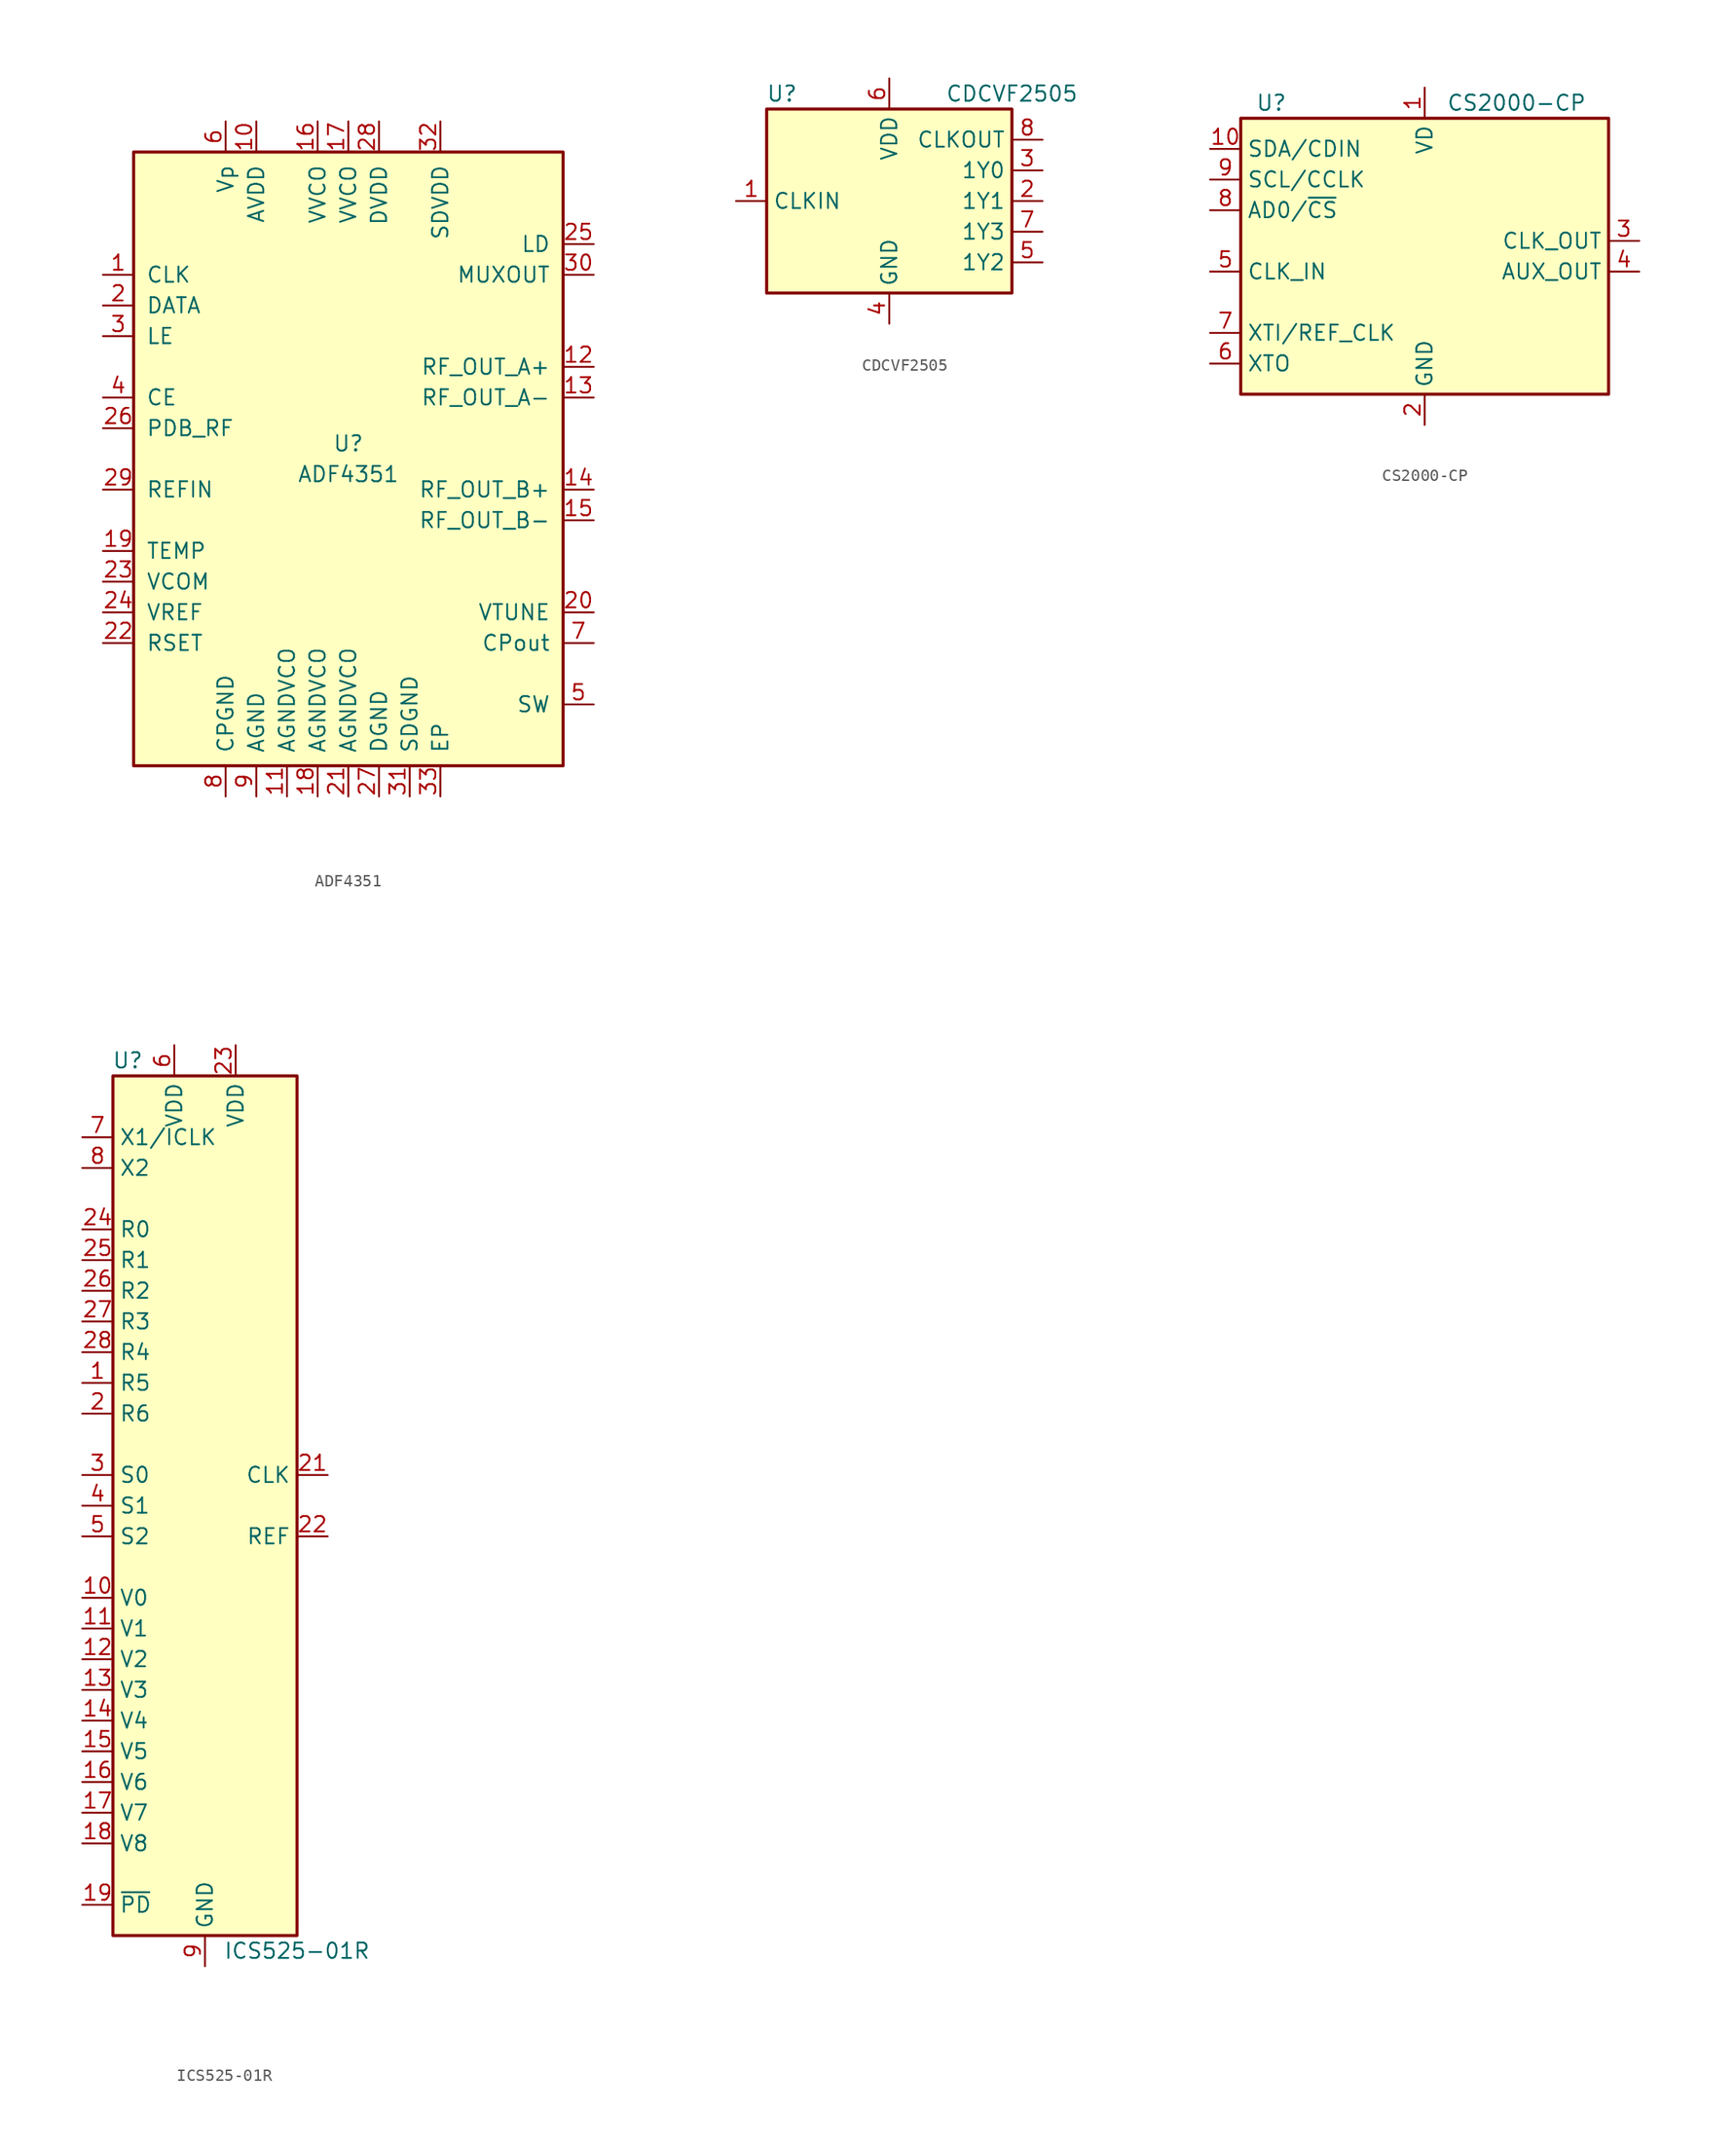
<source format=kicad_sym>
(kicad_symbol_lib
  (version 20201005)
  (generator kicad_symbol_editor)
  (symbol "Timer_PLL:ADF4351"
    (pin_names
      (offset 1.016))
    (property "Reference" "U"
      (at 0 1.27 0)
      (effects (font (size 1.27 1.27))))
    (property "Value" "ADF4351"
      (at 0 -1.27 0)
      (effects (font (size 1.27 1.27))))
    (symbol "ADF4351_0_1"
      (rectangle (start 17.78 25.4) (end -17.78 -25.4) (stroke (width 0.254)) (fill (type background))))
    (symbol "ADF4351_1_1"
      (pin input line (at -20.32 15.24 0) (length 2.54) (name "CLK" (effects (font (size 1.27 1.27)))) (number "1" (effects (font (size 1.27 1.27)))))
      (pin power_in line (at -7.62 27.94 270) (length 2.54) (name "AVDD" (effects (font (size 1.27 1.27)))) (number "10" (effects (font (size 1.27 1.27)))))
      (pin power_in line (at -5.08 -27.94 90) (length 2.54) (name "AGNDVCO" (effects (font (size 1.27 1.27)))) (number "11" (effects (font (size 1.27 1.27)))))
      (pin output line (at 20.32 7.62 180) (length 2.54) (name "RF_OUT_A+" (effects (font (size 1.27 1.27)))) (number "12" (effects (font (size 1.27 1.27)))))
      (pin output line (at 20.32 5.08 180) (length 2.54) (name "RF_OUT_A-" (effects (font (size 1.27 1.27)))) (number "13" (effects (font (size 1.27 1.27)))))
      (pin output line (at 20.32 -2.54 180) (length 2.54) (name "RF_OUT_B+" (effects (font (size 1.27 1.27)))) (number "14" (effects (font (size 1.27 1.27)))))
      (pin output line (at 20.32 -5.08 180) (length 2.54) (name "RF_OUT_B-" (effects (font (size 1.27 1.27)))) (number "15" (effects (font (size 1.27 1.27)))))
      (pin power_in line (at -2.54 27.94 270) (length 2.54) (name "VVCO" (effects (font (size 1.27 1.27)))) (number "16" (effects (font (size 1.27 1.27)))))
      (pin power_in line (at 0 27.94 270) (length 2.54) (name "VVCO" (effects (font (size 1.27 1.27)))) (number "17" (effects (font (size 1.27 1.27)))))
      (pin power_in line (at -2.54 -27.94 90) (length 2.54) (name "AGNDVCO" (effects (font (size 1.27 1.27)))) (number "18" (effects (font (size 1.27 1.27)))))
      (pin input line (at -20.32 -7.62 0) (length 2.54) (name "TEMP" (effects (font (size 1.27 1.27)))) (number "19" (effects (font (size 1.27 1.27)))))
      (pin input line (at -20.32 12.7 0) (length 2.54) (name "DATA" (effects (font (size 1.27 1.27)))) (number "2" (effects (font (size 1.27 1.27)))))
      (pin input line (at 20.32 -12.7 180) (length 2.54) (name "VTUNE" (effects (font (size 1.27 1.27)))) (number "20" (effects (font (size 1.27 1.27)))))
      (pin power_in line (at 0 -27.94 90) (length 2.54) (name "AGNDVCO" (effects (font (size 1.27 1.27)))) (number "21" (effects (font (size 1.27 1.27)))))
      (pin input line (at -20.32 -15.24 0) (length 2.54) (name "RSET" (effects (font (size 1.27 1.27)))) (number "22" (effects (font (size 1.27 1.27)))))
      (pin input line (at -20.32 -10.16 0) (length 2.54) (name "VCOM" (effects (font (size 1.27 1.27)))) (number "23" (effects (font (size 1.27 1.27)))))
      (pin input line (at -20.32 -12.7 0) (length 2.54) (name "VREF" (effects (font (size 1.27 1.27)))) (number "24" (effects (font (size 1.27 1.27)))))
      (pin input line (at 20.32 17.78 180) (length 2.54) (name "LD" (effects (font (size 1.27 1.27)))) (number "25" (effects (font (size 1.27 1.27)))))
      (pin input line (at -20.32 2.54 0) (length 2.54) (name "PDB_RF" (effects (font (size 1.27 1.27)))) (number "26" (effects (font (size 1.27 1.27)))))
      (pin power_in line (at 2.54 -27.94 90) (length 2.54) (name "DGND" (effects (font (size 1.27 1.27)))) (number "27" (effects (font (size 1.27 1.27)))))
      (pin power_in line (at 2.54 27.94 270) (length 2.54) (name "DVDD" (effects (font (size 1.27 1.27)))) (number "28" (effects (font (size 1.27 1.27)))))
      (pin input line (at -20.32 -2.54 0) (length 2.54) (name "REFIN" (effects (font (size 1.27 1.27)))) (number "29" (effects (font (size 1.27 1.27)))))
      (pin input line (at -20.32 10.16 0) (length 2.54) (name "LE" (effects (font (size 1.27 1.27)))) (number "3" (effects (font (size 1.27 1.27)))))
      (pin output line (at 20.32 15.24 180) (length 2.54) (name "MUXOUT" (effects (font (size 1.27 1.27)))) (number "30" (effects (font (size 1.27 1.27)))))
      (pin power_in line (at 5.08 -27.94 90) (length 2.54) (name "SDGND" (effects (font (size 1.27 1.27)))) (number "31" (effects (font (size 1.27 1.27)))))
      (pin power_in line (at 7.62 27.94 270) (length 2.54) (name "SDVDD" (effects (font (size 1.27 1.27)))) (number "32" (effects (font (size 1.27 1.27)))))
      (pin power_in line (at 7.62 -27.94 90) (length 2.54) (name "EP" (effects (font (size 1.27 1.27)))) (number "33" (effects (font (size 1.27 1.27)))))
      (pin input line (at -20.32 5.08 0) (length 2.54) (name "CE" (effects (font (size 1.27 1.27)))) (number "4" (effects (font (size 1.27 1.27)))))
      (pin input line (at 20.32 -20.32 180) (length 2.54) (name "SW" (effects (font (size 1.27 1.27)))) (number "5" (effects (font (size 1.27 1.27)))))
      (pin power_in line (at -10.16 27.94 270) (length 2.54) (name "Vp" (effects (font (size 1.27 1.27)))) (number "6" (effects (font (size 1.27 1.27)))))
      (pin input line (at 20.32 -15.24 180) (length 2.54) (name "CPout" (effects (font (size 1.27 1.27)))) (number "7" (effects (font (size 1.27 1.27)))))
      (pin power_in line (at -10.16 -27.94 90) (length 2.54) (name "CPGND" (effects (font (size 1.27 1.27)))) (number "8" (effects (font (size 1.27 1.27)))))
      (pin power_in line (at -7.62 -27.94 90) (length 2.54) (name "AGND" (effects (font (size 1.27 1.27)))) (number "9" (effects (font (size 1.27 1.27)))))))
  (symbol "Timer_PLL:CDCVF2505"
    (property "Reference" "U"
      (at -8.89 8.89 0)
      (effects (font (size 1.27 1.27))))
    (property "Value" "CDCVF2505"
      (at 10.16 8.89 0)
      (effects (font (size 1.27 1.27))))
    (symbol "CDCVF2505_0_1"
      (rectangle (start -10.16 7.62) (end 10.16 -7.62) (stroke (width 0.254)) (fill (type background))))
    (symbol "CDCVF2505_1_1"
      (pin input line (at -12.7 0 0) (length 2.54) (name "CLKIN" (effects (font (size 1.27 1.27)))) (number "1" (effects (font (size 1.27 1.27)))))
      (pin tri_state line (at 12.7 0 180) (length 2.54) (name "1Y1" (effects (font (size 1.27 1.27)))) (number "2" (effects (font (size 1.27 1.27)))))
      (pin tri_state line (at 12.7 2.54 180) (length 2.54) (name "1Y0" (effects (font (size 1.27 1.27)))) (number "3" (effects (font (size 1.27 1.27)))))
      (pin power_in line (at 0 -10.16 90) (length 2.54) (name "GND" (effects (font (size 1.27 1.27)))) (number "4" (effects (font (size 1.27 1.27)))))
      (pin tri_state line (at 12.7 -5.08 180) (length 2.54) (name "1Y2" (effects (font (size 1.27 1.27)))) (number "5" (effects (font (size 1.27 1.27)))))
      (pin power_in line (at 0 10.16 270) (length 2.54) (name "VDD" (effects (font (size 1.27 1.27)))) (number "6" (effects (font (size 1.27 1.27)))))
      (pin tri_state line (at 12.7 -2.54 180) (length 2.54) (name "1Y3" (effects (font (size 1.27 1.27)))) (number "7" (effects (font (size 1.27 1.27)))))
      (pin tri_state line (at 12.7 5.08 180) (length 2.54) (name "CLKOUT" (effects (font (size 1.27 1.27)))) (number "8" (effects (font (size 1.27 1.27)))))))
  (symbol "Timer_PLL:CS2000-CP"
    (property "Reference" "U"
      (at -12.7 13.97 0)
      (effects (font (size 1.27 1.27))))
    (property "Value" "CS2000-CP"
      (at 7.62 13.97 0)
      (effects (font (size 1.27 1.27))))
    (symbol "CS2000-CP_0_1"
      (rectangle (start -15.24 12.7) (end 15.24 -10.16) (stroke (width 0.254)) (fill (type background))))
    (symbol "CS2000-CP_1_1"
      (pin power_in line (at 0 15.24 270) (length 2.54) (name "VD" (effects (font (size 1.27 1.27)))) (number "1" (effects (font (size 1.27 1.27)))))
      (pin bidirectional line (at -17.78 10.16 0) (length 2.54) (name "SDA/CDIN" (effects (font (size 1.27 1.27)))) (number "10" (effects (font (size 1.27 1.27)))))
      (pin power_in line (at 0 -12.7 90) (length 2.54) (name "GND" (effects (font (size 1.27 1.27)))) (number "2" (effects (font (size 1.27 1.27)))))
      (pin output line (at 17.78 2.54 180) (length 2.54) (name "CLK_OUT" (effects (font (size 1.27 1.27)))) (number "3" (effects (font (size 1.27 1.27)))))
      (pin output line (at 17.78 0 180) (length 2.54) (name "AUX_OUT" (effects (font (size 1.27 1.27)))) (number "4" (effects (font (size 1.27 1.27)))))
      (pin input line (at -17.78 0 0) (length 2.54) (name "CLK_IN" (effects (font (size 1.27 1.27)))) (number "5" (effects (font (size 1.27 1.27)))))
      (pin output line (at -17.78 -7.62 0) (length 2.54) (name "XTO" (effects (font (size 1.27 1.27)))) (number "6" (effects (font (size 1.27 1.27)))))
      (pin input line (at -17.78 -5.08 0) (length 2.54) (name "XTI/REF_CLK" (effects (font (size 1.27 1.27)))) (number "7" (effects (font (size 1.27 1.27)))))
      (pin input line (at -17.78 5.08 0) (length 2.54) (name "AD0/~CS" (effects (font (size 1.27 1.27)))) (number "8" (effects (font (size 1.27 1.27)))))
      (pin input line (at -17.78 7.62 0) (length 2.54) (name "SCL/CCLK" (effects (font (size 1.27 1.27)))) (number "9" (effects (font (size 1.27 1.27)))))))
  (symbol "Timer_PLL:ICS525-01R"
    (property "Reference" "U"
      (at -5.08 36.83 0)
      (effects (font (size 1.27 1.27)) (justify right)))
    (property "Value" "ICS525-01R"
      (at 7.62 -36.83 0)
      (effects (font (size 1.27 1.27))))
    (symbol "ICS525-01R_0_1"
      (rectangle (start -7.62 35.56) (end 7.62 -35.56) (stroke (width 0.254)) (fill (type background))))
    (symbol "ICS525-01R_1_1"
      (pin input line (at -10.16 10.16 0) (length 2.54) (name "R5" (effects (font (size 1.27 1.27)))) (number "1" (effects (font (size 1.27 1.27)))))
      (pin input line (at -10.16 -7.62 0) (length 2.54) (name "V0" (effects (font (size 1.27 1.27)))) (number "10" (effects (font (size 1.27 1.27)))))
      (pin input line (at -10.16 -10.16 0) (length 2.54) (name "V1" (effects (font (size 1.27 1.27)))) (number "11" (effects (font (size 1.27 1.27)))))
      (pin input line (at -10.16 -12.7 0) (length 2.54) (name "V2" (effects (font (size 1.27 1.27)))) (number "12" (effects (font (size 1.27 1.27)))))
      (pin input line (at -10.16 -15.24 0) (length 2.54) (name "V3" (effects (font (size 1.27 1.27)))) (number "13" (effects (font (size 1.27 1.27)))))
      (pin input line (at -10.16 -17.78 0) (length 2.54) (name "V4" (effects (font (size 1.27 1.27)))) (number "14" (effects (font (size 1.27 1.27)))))
      (pin input line (at -10.16 -20.32 0) (length 2.54) (name "V5" (effects (font (size 1.27 1.27)))) (number "15" (effects (font (size 1.27 1.27)))))
      (pin input line (at -10.16 -22.86 0) (length 2.54) (name "V6" (effects (font (size 1.27 1.27)))) (number "16" (effects (font (size 1.27 1.27)))))
      (pin input line (at -10.16 -25.4 0) (length 2.54) (name "V7" (effects (font (size 1.27 1.27)))) (number "17" (effects (font (size 1.27 1.27)))))
      (pin input line (at -10.16 -27.94 0) (length 2.54) (name "V8" (effects (font (size 1.27 1.27)))) (number "18" (effects (font (size 1.27 1.27)))))
      (pin input line (at -10.16 -33.02 0) (length 2.54) (name "~PD" (effects (font (size 1.27 1.27)))) (number "19" (effects (font (size 1.27 1.27)))))
      (pin input line (at -10.16 7.62 0) (length 2.54) (name "R6" (effects (font (size 1.27 1.27)))) (number "2" (effects (font (size 1.27 1.27)))))
      (pin passive line (at 0 -38.1 90) (length 2.54) hide (name "GND" (effects (font (size 1.27 1.27)))) (number "20" (effects (font (size 1.27 1.27)))))
      (pin tri_state line (at 10.16 2.54 180) (length 2.54) (name "CLK" (effects (font (size 1.27 1.27)))) (number "21" (effects (font (size 1.27 1.27)))))
      (pin tri_state line (at 10.16 -2.54 180) (length 2.54) (name "REF" (effects (font (size 1.27 1.27)))) (number "22" (effects (font (size 1.27 1.27)))))
      (pin power_in line (at 2.54 38.1 270) (length 2.54) (name "VDD" (effects (font (size 1.27 1.27)))) (number "23" (effects (font (size 1.27 1.27)))))
      (pin input line (at -10.16 22.86 0) (length 2.54) (name "R0" (effects (font (size 1.27 1.27)))) (number "24" (effects (font (size 1.27 1.27)))))
      (pin input line (at -10.16 20.32 0) (length 2.54) (name "R1" (effects (font (size 1.27 1.27)))) (number "25" (effects (font (size 1.27 1.27)))))
      (pin input line (at -10.16 17.78 0) (length 2.54) (name "R2" (effects (font (size 1.27 1.27)))) (number "26" (effects (font (size 1.27 1.27)))))
      (pin input line (at -10.16 15.24 0) (length 2.54) (name "R3" (effects (font (size 1.27 1.27)))) (number "27" (effects (font (size 1.27 1.27)))))
      (pin input line (at -10.16 12.7 0) (length 2.54) (name "R4" (effects (font (size 1.27 1.27)))) (number "28" (effects (font (size 1.27 1.27)))))
      (pin input line (at -10.16 2.54 0) (length 2.54) (name "S0" (effects (font (size 1.27 1.27)))) (number "3" (effects (font (size 1.27 1.27)))))
      (pin input line (at -10.16 0 0) (length 2.54) (name "S1" (effects (font (size 1.27 1.27)))) (number "4" (effects (font (size 1.27 1.27)))))
      (pin input line (at -10.16 -2.54 0) (length 2.54) (name "S2" (effects (font (size 1.27 1.27)))) (number "5" (effects (font (size 1.27 1.27)))))
      (pin power_in line (at -2.54 38.1 270) (length 2.54) (name "VDD" (effects (font (size 1.27 1.27)))) (number "6" (effects (font (size 1.27 1.27)))))
      (pin input line (at -10.16 30.48 0) (length 2.54) (name "X1/ICLK" (effects (font (size 1.27 1.27)))) (number "7" (effects (font (size 1.27 1.27)))))
      (pin output line (at -10.16 27.94 0) (length 2.54) (name "X2" (effects (font (size 1.27 1.27)))) (number "8" (effects (font (size 1.27 1.27)))))
      (pin power_in line (at 0 -38.1 90) (length 2.54) (name "GND" (effects (font (size 1.27 1.27)))) (number "9" (effects (font (size 1.27 1.27))))))))
</source>
